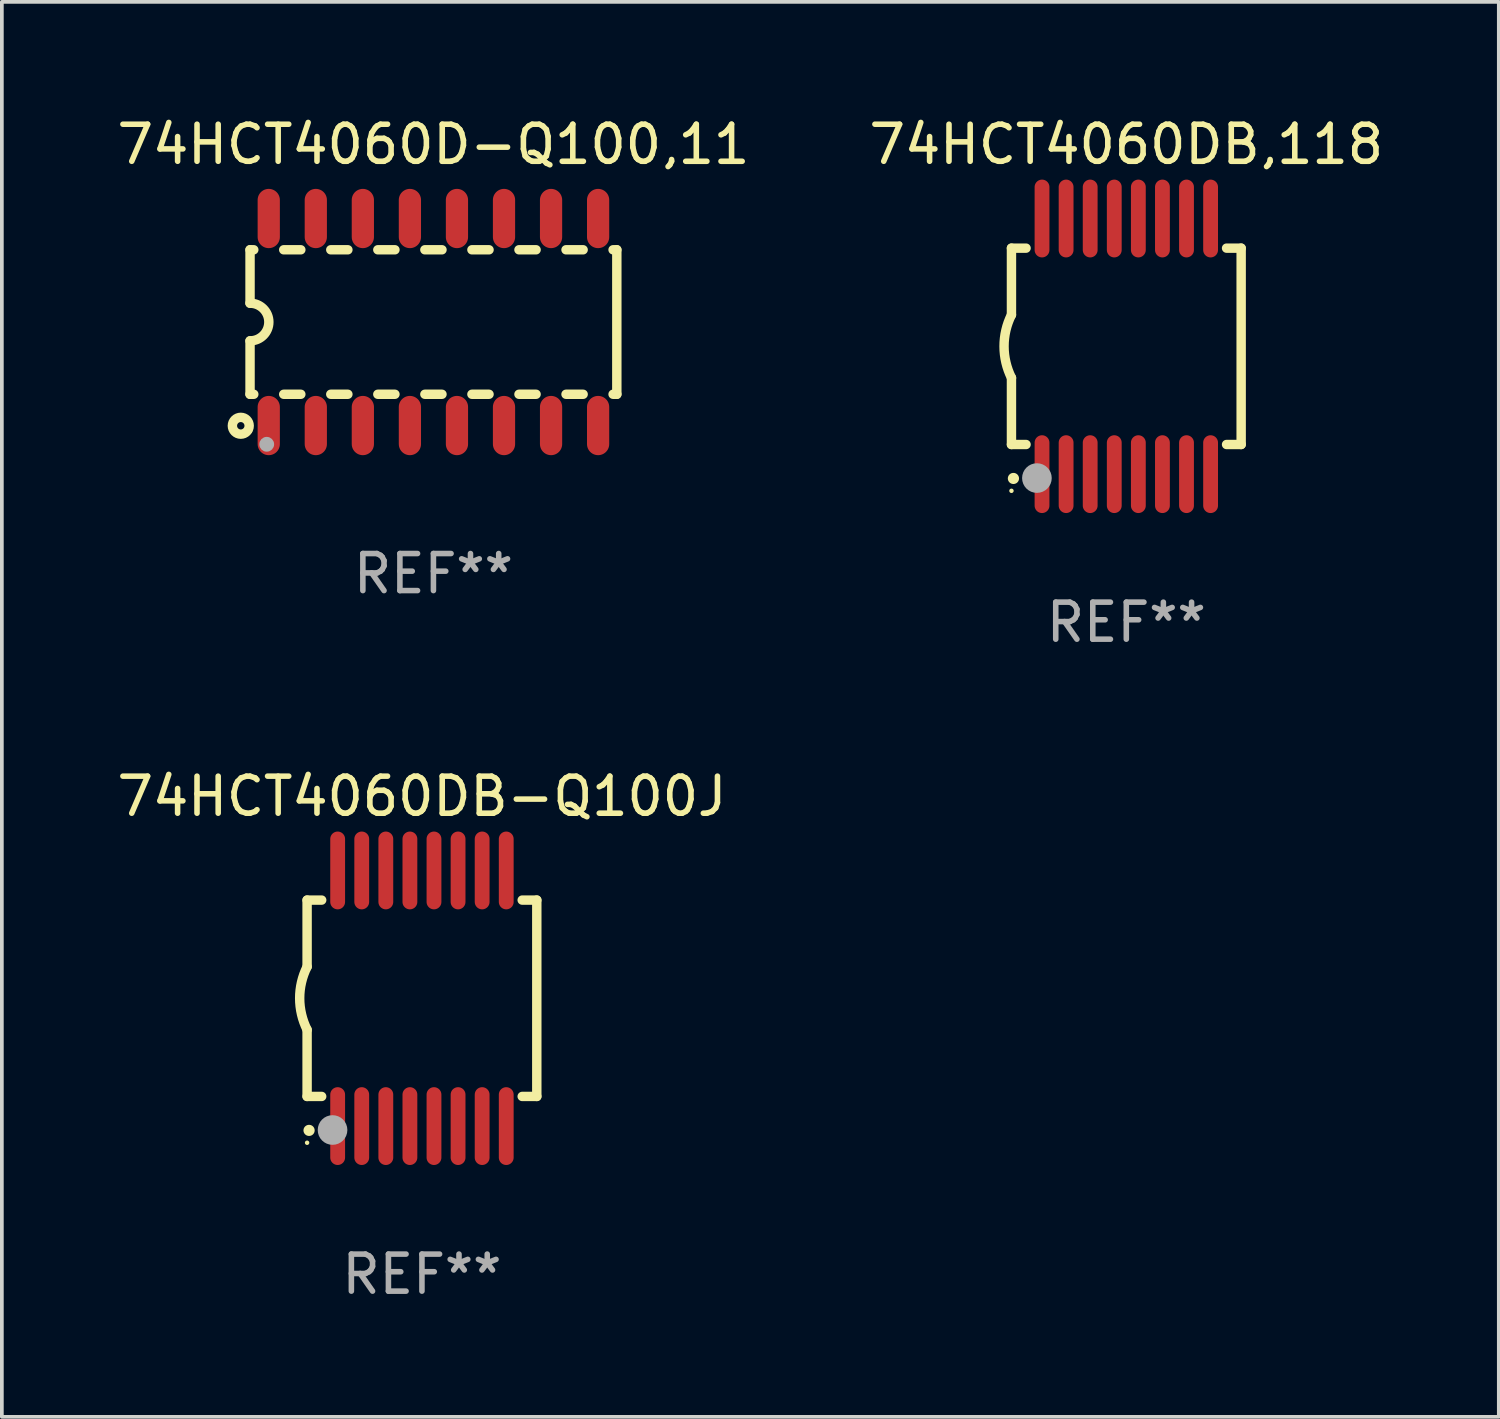
<source format=kicad_pcb>
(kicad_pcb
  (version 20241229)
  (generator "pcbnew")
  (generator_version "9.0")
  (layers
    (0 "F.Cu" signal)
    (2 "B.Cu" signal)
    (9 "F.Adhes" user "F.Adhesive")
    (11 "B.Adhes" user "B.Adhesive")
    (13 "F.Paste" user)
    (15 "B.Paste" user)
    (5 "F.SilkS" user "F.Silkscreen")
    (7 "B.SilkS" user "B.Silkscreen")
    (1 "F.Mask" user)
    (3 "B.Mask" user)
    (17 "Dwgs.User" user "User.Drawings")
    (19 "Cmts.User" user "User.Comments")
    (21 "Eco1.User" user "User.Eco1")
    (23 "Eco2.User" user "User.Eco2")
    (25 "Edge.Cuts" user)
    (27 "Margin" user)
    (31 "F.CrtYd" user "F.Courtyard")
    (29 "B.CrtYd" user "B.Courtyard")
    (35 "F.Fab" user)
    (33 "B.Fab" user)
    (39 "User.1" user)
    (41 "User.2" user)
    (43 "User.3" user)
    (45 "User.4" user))
  (footprint "74HCT4060D-Q100,11"
    (layer "F.Cu")
    (at 8.649 5.642)
    (property "Reference" "74HCT4060D-Q100,11" (at 0 -4.794 0) (layer "F.SilkS") (effects (font (size 1 1) (thickness 0.15))))
    (attr through_hole)
    (fp_line (start -4.95 -1.95) (end -4.95 -0.508) (stroke (width 0.254) (type solid)) (layer "F.SilkS"))
    (fp_line (start -4.95 -1.95) (end -4.849 -1.95) (stroke (width 0.254) (type solid)) (layer "F.SilkS"))
    (fp_line (start -4.95 1.95) (end -4.95 0.508) (stroke (width 0.254) (type solid)) (layer "F.SilkS"))
    (fp_line (start -4.95 1.95) (end -4.849 1.95) (stroke (width 0.254) (type solid)) (layer "F.SilkS"))
    (fp_line (start -4.041 -1.95) (end -3.579 -1.95) (stroke (width 0.254) (type solid)) (layer "F.SilkS"))
    (fp_line (start -4.041 1.95) (end -3.579 1.95) (stroke (width 0.254) (type solid)) (layer "F.SilkS"))
    (fp_line (start -2.771 -1.95) (end -2.309 -1.95) (stroke (width 0.254) (type solid)) (layer "F.SilkS"))
    (fp_line (start -2.771 1.95) (end -2.309 1.95) (stroke (width 0.254) (type solid)) (layer "F.SilkS"))
    (fp_line (start -1.501 -1.95) (end -1.039 -1.95) (stroke (width 0.254) (type solid)) (layer "F.SilkS"))
    (fp_line (start -1.501 1.95) (end -1.039 1.95) (stroke (width 0.254) (type solid)) (layer "F.SilkS"))
    (fp_line (start -0.231 -1.95) (end 0.231 -1.95) (stroke (width 0.254) (type solid)) (layer "F.SilkS"))
    (fp_line (start -0.231 1.95) (end 0.231 1.95) (stroke (width 0.254) (type solid)) (layer "F.SilkS"))
    (fp_line (start 1.039 -1.95) (end 1.501 -1.95) (stroke (width 0.254) (type solid)) (layer "F.SilkS"))
    (fp_line (start 1.039 1.95) (end 1.501 1.95) (stroke (width 0.254) (type solid)) (layer "F.SilkS"))
    (fp_line (start 2.309 -1.95) (end 2.771 -1.95) (stroke (width 0.254) (type solid)) (layer "F.SilkS"))
    (fp_line (start 2.309 1.95) (end 2.771 1.95) (stroke (width 0.254) (type solid)) (layer "F.SilkS"))
    (fp_line (start 3.579 -1.95) (end 4.041 -1.95) (stroke (width 0.254) (type solid)) (layer "F.SilkS"))
    (fp_line (start 3.579 1.95) (end 4.041 1.95) (stroke (width 0.254) (type solid)) (layer "F.SilkS"))
    (fp_line (start 4.849 -1.95) (end 4.95 -1.95) (stroke (width 0.254) (type solid)) (layer "F.SilkS"))
    (fp_line (start 4.849 1.95) (end 4.95 1.95) (stroke (width 0.254) (type solid)) (layer "F.SilkS"))
    (fp_line (start 4.95 -1.95) (end 4.95 1.95) (stroke (width 0.254) (type solid)) (layer "F.SilkS"))
    (fp_arc (start -4.95047 -0.508001) (mid -4.442469 -0.000228) (end -4.950013 0.508001) (stroke (width 0.254001) (type solid)) (layer "F.SilkS"))
    (fp_circle (center -5.2 2.8) (end -5.1 2.8) (stroke (width 0.254) (type solid)) (fill no) (layer "F.SilkS"))
    (fp_circle (center -4.95 2.947) (end -4.92 2.947) (stroke (width 0.06) (type solid)) (fill no) (layer "F.SilkS"))
    (fp_circle (center -4.5 3.3) (end -4.4 3.3) (stroke (width 0.2) (type solid)) (fill no) (layer "F.Fab"))
    (fp_text user "REF**" (at 0 6.794 0) (layer "F.Fab") (effects (font (size 1 1) (thickness 0.15))))
    (pad "1" smd oval (at -4.445 2.794) (size 0.6 1.6) (layers "F.Cu" "F.Mask" "F.Paste"))
    (pad "2" smd oval (at -3.175 2.794) (size 0.6 1.6) (layers "F.Cu" "F.Mask" "F.Paste"))
    (pad "3" smd oval (at -1.905 2.794) (size 0.6 1.6) (layers "F.Cu" "F.Mask" "F.Paste"))
    (pad "4" smd oval (at -0.635 2.794) (size 0.6 1.6) (layers "F.Cu" "F.Mask" "F.Paste"))
    (pad "5" smd oval (at 0.635 2.794) (size 0.6 1.6) (layers "F.Cu" "F.Mask" "F.Paste"))
    (pad "6" smd oval (at 1.905 2.794) (size 0.6 1.6) (layers "F.Cu" "F.Mask" "F.Paste"))
    (pad "7" smd oval (at 3.175 2.794) (size 0.6 1.6) (layers "F.Cu" "F.Mask" "F.Paste"))
    (pad "8" smd oval (at 4.445 2.794) (size 0.6 1.6) (layers "F.Cu" "F.Mask" "F.Paste"))
    (pad "9" smd oval (at 4.445 -2.794) (size 0.6 1.6) (layers "F.Cu" "F.Mask" "F.Paste"))
    (pad "10" smd oval (at 3.175 -2.794) (size 0.6 1.6) (layers "F.Cu" "F.Mask" "F.Paste"))
    (pad "11" smd oval (at 1.905 -2.794) (size 0.6 1.6) (layers "F.Cu" "F.Mask" "F.Paste"))
    (pad "12" smd oval (at 0.635 -2.794) (size 0.6 1.6) (layers "F.Cu" "F.Mask" "F.Paste"))
    (pad "13" smd oval (at -0.635 -2.794) (size 0.6 1.6) (layers "F.Cu" "F.Mask" "F.Paste"))
    (pad "14" smd oval (at -1.905 -2.794) (size 0.6 1.6) (layers "F.Cu" "F.Mask" "F.Paste"))
    (pad "15" smd oval (at -3.175 -2.794) (size 0.6 1.6) (layers "F.Cu" "F.Mask" "F.Paste"))
    (pad "16" smd oval (at -4.445 -2.794) (size 0.6 1.6) (layers "F.Cu" "F.Mask" "F.Paste")))
  (footprint "74HCT4060DB,118"
    (layer "F.Cu")
    (at 27.351 6.298)
    (property "Reference" "74HCT4060DB,118" (at 0 -5.45 0) (layer "F.SilkS") (effects (font (size 1 1) (thickness 0.15))))
    (attr through_hole)
    (fp_line (start -3.1 -2.65) (end -3.1 -0.85) (stroke (width 0.254) (type solid)) (layer "F.SilkS"))
    (fp_line (start -3.1 -2.65) (end -2.706 -2.65) (stroke (width 0.254) (type solid)) (layer "F.SilkS"))
    (fp_line (start -3.1 2.65) (end -3.1 0.85) (stroke (width 0.254) (type solid)) (layer "F.SilkS"))
    (fp_line (start -3.1 2.65) (end -2.706 2.65) (stroke (width 0.254) (type solid)) (layer "F.SilkS"))
    (fp_line (start 2.706 -2.65) (end 3.1 -2.65) (stroke (width 0.254) (type solid)) (layer "F.SilkS"))
    (fp_line (start 2.706 2.65) (end 3.1 2.65) (stroke (width 0.254) (type solid)) (layer "F.SilkS"))
    (fp_line (start 3.1 -2.65) (end 3.1 2.65) (stroke (width 0.254) (type solid)) (layer "F.SilkS"))
    (fp_arc (start -3.098907 0.850902) (mid -3.300057 0.000523) (end -3.1 -0.850114) (stroke (width 0.254001) (type solid)) (layer "F.SilkS"))
    (fp_arc (start -3.048006 3.566066) (mid -3.046736 3.566061) (end -3.045466 3.566066) (stroke (width 0.3) (type solid)) (layer "F.SilkS"))
    (fp_circle (center -3.1 3.9) (end -3.07 3.9) (stroke (width 0.06) (type solid)) (fill no) (layer "F.SilkS"))
    (fp_circle (center -2.413 3.556) (end -2.213 3.556) (stroke (width 0.4) (type solid)) (fill no) (layer "F.Fab"))
    (fp_text user "REF**" (at 0 7.45 0) (layer "F.Fab") (effects (font (size 1 1) (thickness 0.15))))
    (pad "1" smd oval (at -2.275 3.45 180) (size 0.4 2.1) (layers "F.Cu" "F.Mask" "F.Paste"))
    (pad "2" smd oval (at -1.625 3.45 180) (size 0.4 2.1) (layers "F.Cu" "F.Mask" "F.Paste"))
    (pad "3" smd oval (at -0.975 3.45 180) (size 0.4 2.1) (layers "F.Cu" "F.Mask" "F.Paste"))
    (pad "4" smd oval (at -0.325 3.45 180) (size 0.4 2.1) (layers "F.Cu" "F.Mask" "F.Paste"))
    (pad "5" smd oval (at 0.325 3.45 180) (size 0.4 2.1) (layers "F.Cu" "F.Mask" "F.Paste"))
    (pad "6" smd oval (at 0.975 3.45 180) (size 0.4 2.1) (layers "F.Cu" "F.Mask" "F.Paste"))
    (pad "7" smd oval (at 1.625 3.45 180) (size 0.4 2.1) (layers "F.Cu" "F.Mask" "F.Paste"))
    (pad "8" smd oval (at 2.275 3.45 180) (size 0.4 2.1) (layers "F.Cu" "F.Mask" "F.Paste"))
    (pad "9" smd oval (at 2.275 -3.45 180) (size 0.4 2.1) (layers "F.Cu" "F.Mask" "F.Paste"))
    (pad "10" smd oval (at 1.625 -3.45 180) (size 0.4 2.1) (layers "F.Cu" "F.Mask" "F.Paste"))
    (pad "11" smd oval (at 0.975 -3.45 180) (size 0.4 2.1) (layers "F.Cu" "F.Mask" "F.Paste"))
    (pad "12" smd oval (at 0.325 -3.45 180) (size 0.4 2.1) (layers "F.Cu" "F.Mask" "F.Paste"))
    (pad "13" smd oval (at -0.325 -3.45 180) (size 0.4 2.1) (layers "F.Cu" "F.Mask" "F.Paste"))
    (pad "14" smd oval (at -0.975 -3.45 180) (size 0.4 2.1) (layers "F.Cu" "F.Mask" "F.Paste"))
    (pad "15" smd oval (at -1.625 -3.45 180) (size 0.4 2.1) (layers "F.Cu" "F.Mask" "F.Paste"))
    (pad "16" smd oval (at -2.275 -3.45 180) (size 0.4 2.1) (layers "F.Cu" "F.Mask" "F.Paste")))
  (footprint "74HCT4060DB-Q100J"
    (layer "F.Cu")
    (at 8.339 23.895)
    (property "Reference" "74HCT4060DB-Q100J" (at 0 -5.45 0) (layer "F.SilkS") (effects (font (size 1 1) (thickness 0.15))))
    (attr through_hole)
    (fp_line (start -3.1 -2.65) (end -3.1 -0.85) (stroke (width 0.254) (type solid)) (layer "F.SilkS"))
    (fp_line (start -3.1 -2.65) (end -2.706 -2.65) (stroke (width 0.254) (type solid)) (layer "F.SilkS"))
    (fp_line (start -3.1 2.65) (end -3.1 0.85) (stroke (width 0.254) (type solid)) (layer "F.SilkS"))
    (fp_line (start -3.1 2.65) (end -2.706 2.65) (stroke (width 0.254) (type solid)) (layer "F.SilkS"))
    (fp_line (start 2.706 -2.65) (end 3.1 -2.65) (stroke (width 0.254) (type solid)) (layer "F.SilkS"))
    (fp_line (start 2.706 2.65) (end 3.1 2.65) (stroke (width 0.254) (type solid)) (layer "F.SilkS"))
    (fp_line (start 3.1 -2.65) (end 3.1 2.65) (stroke (width 0.254) (type solid)) (layer "F.SilkS"))
    (fp_arc (start -3.098907 0.850902) (mid -3.300057 0.000523) (end -3.1 -0.850114) (stroke (width 0.254001) (type solid)) (layer "F.SilkS"))
    (fp_arc (start -3.048006 3.566066) (mid -3.046736 3.566061) (end -3.045466 3.566066) (stroke (width 0.3) (type solid)) (layer "F.SilkS"))
    (fp_circle (center -3.1 3.9) (end -3.07 3.9) (stroke (width 0.06) (type solid)) (fill no) (layer "F.SilkS"))
    (fp_circle (center -2.413 3.556) (end -2.213 3.556) (stroke (width 0.4) (type solid)) (fill no) (layer "F.Fab"))
    (fp_text user "REF**" (at 0 7.45 0) (layer "F.Fab") (effects (font (size 1 1) (thickness 0.15))))
    (pad "1" smd oval (at -2.275 3.45 180) (size 0.4 2.1) (layers "F.Cu" "F.Mask" "F.Paste"))
    (pad "2" smd oval (at -1.625 3.45 180) (size 0.4 2.1) (layers "F.Cu" "F.Mask" "F.Paste"))
    (pad "3" smd oval (at -0.975 3.45 180) (size 0.4 2.1) (layers "F.Cu" "F.Mask" "F.Paste"))
    (pad "4" smd oval (at -0.325 3.45 180) (size 0.4 2.1) (layers "F.Cu" "F.Mask" "F.Paste"))
    (pad "5" smd oval (at 0.325 3.45 180) (size 0.4 2.1) (layers "F.Cu" "F.Mask" "F.Paste"))
    (pad "6" smd oval (at 0.975 3.45 180) (size 0.4 2.1) (layers "F.Cu" "F.Mask" "F.Paste"))
    (pad "7" smd oval (at 1.625 3.45 180) (size 0.4 2.1) (layers "F.Cu" "F.Mask" "F.Paste"))
    (pad "8" smd oval (at 2.275 3.45 180) (size 0.4 2.1) (layers "F.Cu" "F.Mask" "F.Paste"))
    (pad "9" smd oval (at 2.275 -3.45 180) (size 0.4 2.1) (layers "F.Cu" "F.Mask" "F.Paste"))
    (pad "10" smd oval (at 1.625 -3.45 180) (size 0.4 2.1) (layers "F.Cu" "F.Mask" "F.Paste"))
    (pad "11" smd oval (at 0.975 -3.45 180) (size 0.4 2.1) (layers "F.Cu" "F.Mask" "F.Paste"))
    (pad "12" smd oval (at 0.325 -3.45 180) (size 0.4 2.1) (layers "F.Cu" "F.Mask" "F.Paste"))
    (pad "13" smd oval (at -0.325 -3.45 180) (size 0.4 2.1) (layers "F.Cu" "F.Mask" "F.Paste"))
    (pad "14" smd oval (at -0.975 -3.45 180) (size 0.4 2.1) (layers "F.Cu" "F.Mask" "F.Paste"))
    (pad "15" smd oval (at -1.625 -3.45 180) (size 0.4 2.1) (layers "F.Cu" "F.Mask" "F.Paste"))
    (pad "16" smd oval (at -2.275 -3.45 180) (size 0.4 2.1) (layers "F.Cu" "F.Mask" "F.Paste")))
  (gr_rect
    (start -3 -3)
    (end 37.405 35.193)
    (stroke (width 0.1) (type default))
    (fill no)
    (layer "Edge.Cuts")))
</source>
